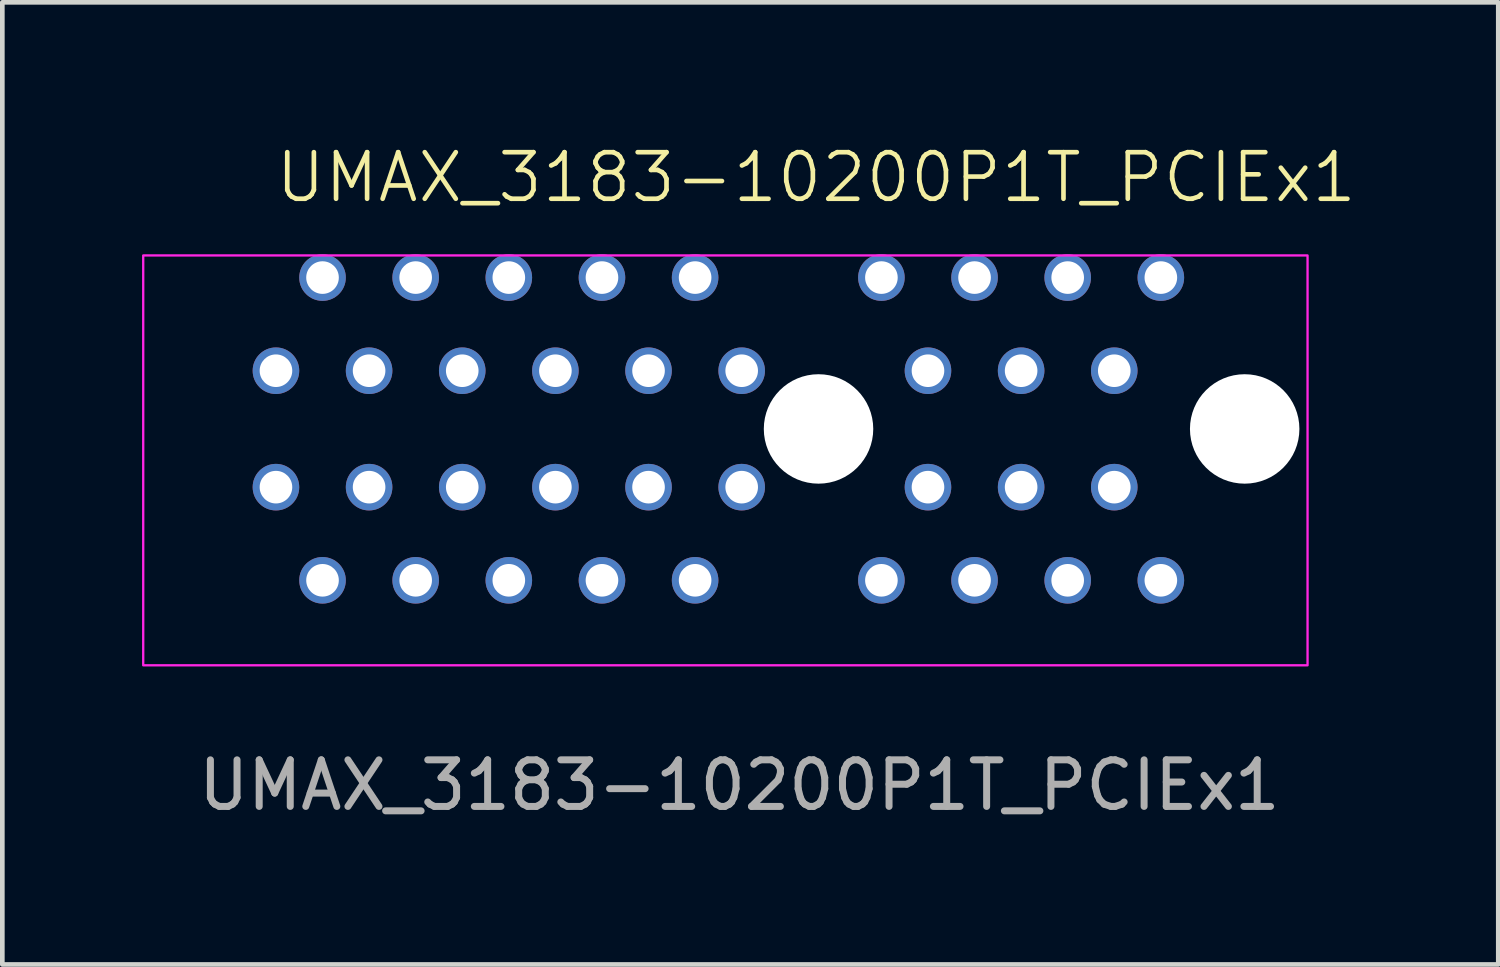
<source format=kicad_pcb>
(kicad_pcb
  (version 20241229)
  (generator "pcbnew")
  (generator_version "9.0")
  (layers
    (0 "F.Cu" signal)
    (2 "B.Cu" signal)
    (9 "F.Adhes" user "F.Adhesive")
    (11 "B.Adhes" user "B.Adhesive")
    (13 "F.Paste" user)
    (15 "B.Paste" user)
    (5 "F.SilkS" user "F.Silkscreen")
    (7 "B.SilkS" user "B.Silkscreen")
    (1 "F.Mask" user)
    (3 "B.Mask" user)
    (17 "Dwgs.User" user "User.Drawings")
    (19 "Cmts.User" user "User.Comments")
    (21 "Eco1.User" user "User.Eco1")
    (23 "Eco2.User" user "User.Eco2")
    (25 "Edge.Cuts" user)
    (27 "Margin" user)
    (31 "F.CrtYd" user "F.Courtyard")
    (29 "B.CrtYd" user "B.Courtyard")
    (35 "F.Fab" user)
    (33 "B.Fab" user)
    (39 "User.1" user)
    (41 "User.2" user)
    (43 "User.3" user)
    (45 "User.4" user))
  (footprint "UMAX_3183-10200P1T_PCIEx1"
    (layer "F.Cu")
    (at 14.525 6.16)
    (property "Reference" "UMAX_3183-10200P1T_PCIEx1" (at -0.05 -5.4 0) (unlocked yes) (layer "F.SilkS") (effects (font (size 1 1) (thickness 0.1))))
    (attr through_hole)
    (fp_rect (start -14.5 -3.725) (end 10.5 5.075) (stroke (width 0.05) (type default)) (fill no) (layer "F.CrtYd"))
    (fp_text user "${REFERENCE}" (at -1.7 7.65 0) (unlocked yes) (layer "F.Fab") (effects (font (size 1 1) (thickness 0.15))))
    (pad "" np_thru_hole circle (at 0 0) (size 2.35 2.35) (drill 2.35) (layers "*.Cu" "*.Mask"))
    (pad "" np_thru_hole circle (at 9.15 0) (size 2.35 2.35) (drill 2.35) (layers "*.Cu" "*.Mask"))
    (pad "A1" thru_hole circle (at -11.65 -1.25) (size 1 1) (drill 0.7) (layers "*.Cu" "*.Mask"))
    (pad "A2" thru_hole circle (at -10.65 -3.25) (size 1 1) (drill 0.7) (layers "*.Cu" "*.Mask"))
    (pad "A3" thru_hole circle (at -9.65 -1.25) (size 1 1) (drill 0.7) (layers "*.Cu" "*.Mask"))
    (pad "A4" thru_hole circle (at -8.65 -3.25) (size 1 1) (drill 0.7) (layers "*.Cu" "*.Mask"))
    (pad "A5" thru_hole circle (at -7.65 -1.25) (size 1 1) (drill 0.7) (layers "*.Cu" "*.Mask"))
    (pad "A6" thru_hole circle (at -6.65 -3.25) (size 1 1) (drill 0.7) (layers "*.Cu" "*.Mask"))
    (pad "A7" thru_hole circle (at -5.65 -1.25) (size 1 1) (drill 0.7) (layers "*.Cu" "*.Mask"))
    (pad "A8" thru_hole circle (at -4.65 -3.25) (size 1 1) (drill 0.7) (layers "*.Cu" "*.Mask"))
    (pad "A9" thru_hole circle (at -3.65 -1.25) (size 1 1) (drill 0.7) (layers "*.Cu" "*.Mask"))
    (pad "A10" thru_hole circle (at -2.65 -3.25) (size 1 1) (drill 0.7) (layers "*.Cu" "*.Mask"))
    (pad "A11" thru_hole circle (at -1.65 -1.25) (size 1 1) (drill 0.7) (layers "*.Cu" "*.Mask"))
    (pad "A12" thru_hole circle (at 1.35 -3.25) (size 1 1) (drill 0.7) (layers "*.Cu" "*.Mask"))
    (pad "A13" thru_hole circle (at 2.35 -1.25) (size 1 1) (drill 0.7) (layers "*.Cu" "*.Mask"))
    (pad "A14" thru_hole circle (at 3.35 -3.25) (size 1 1) (drill 0.7) (layers "*.Cu" "*.Mask"))
    (pad "A15" thru_hole circle (at 4.35 -1.25) (size 1 1) (drill 0.7) (layers "*.Cu" "*.Mask"))
    (pad "A16" thru_hole circle (at 5.35 -3.25) (size 1 1) (drill 0.7) (layers "*.Cu" "*.Mask"))
    (pad "A17" thru_hole circle (at 6.35 -1.25) (size 1 1) (drill 0.7) (layers "*.Cu" "*.Mask"))
    (pad "A18" thru_hole circle (at 7.35 -3.25) (size 1 1) (drill 0.7) (layers "*.Cu" "*.Mask"))
    (pad "B1" thru_hole circle (at -11.65 1.25) (size 1 1) (drill 0.7) (layers "*.Cu" "*.Mask"))
    (pad "B2" thru_hole circle (at -10.65 3.25) (size 1 1) (drill 0.7) (layers "*.Cu" "*.Mask"))
    (pad "B3" thru_hole circle (at -9.65 1.25) (size 1 1) (drill 0.7) (layers "*.Cu" "*.Mask"))
    (pad "B4" thru_hole circle (at -8.65 3.25) (size 1 1) (drill 0.7) (layers "*.Cu" "*.Mask"))
    (pad "B5" thru_hole circle (at -7.65 1.25) (size 1 1) (drill 0.7) (layers "*.Cu" "*.Mask"))
    (pad "B6" thru_hole circle (at -6.65 3.25) (size 1 1) (drill 0.7) (layers "*.Cu" "*.Mask"))
    (pad "B7" thru_hole circle (at -5.65 1.25) (size 1 1) (drill 0.7) (layers "*.Cu" "*.Mask"))
    (pad "B8" thru_hole circle (at -4.65 3.25) (size 1 1) (drill 0.7) (layers "*.Cu" "*.Mask"))
    (pad "B9" thru_hole circle (at -3.65 1.25) (size 1 1) (drill 0.7) (layers "*.Cu" "*.Mask"))
    (pad "B10" thru_hole circle (at -2.65 3.25) (size 1 1) (drill 0.7) (layers "*.Cu" "*.Mask"))
    (pad "B11" thru_hole circle (at -1.65 1.25) (size 1 1) (drill 0.7) (layers "*.Cu" "*.Mask"))
    (pad "B12" thru_hole circle (at 1.35 3.25) (size 1 1) (drill 0.7) (layers "*.Cu" "*.Mask"))
    (pad "B13" thru_hole circle (at 2.35 1.25) (size 1 1) (drill 0.7) (layers "*.Cu" "*.Mask"))
    (pad "B14" thru_hole circle (at 3.35 3.25) (size 1 1) (drill 0.7) (layers "*.Cu" "*.Mask"))
    (pad "B15" thru_hole circle (at 4.35 1.25) (size 1 1) (drill 0.7) (layers "*.Cu" "*.Mask"))
    (pad "B16" thru_hole circle (at 5.35 3.25) (size 1 1) (drill 0.7) (layers "*.Cu" "*.Mask"))
    (pad "B17" thru_hole circle (at 6.35 1.25) (size 1 1) (drill 0.7) (layers "*.Cu" "*.Mask"))
    (pad "B18" thru_hole circle (at 7.35 3.25) (size 1 1) (drill 0.7) (layers "*.Cu" "*.Mask")))
  (gr_rect
    (start -3 -3)
    (end 29.12 17.659)
    (stroke (width 0.1) (type default))
    (fill no)
    (layer "Edge.Cuts")))
</source>
